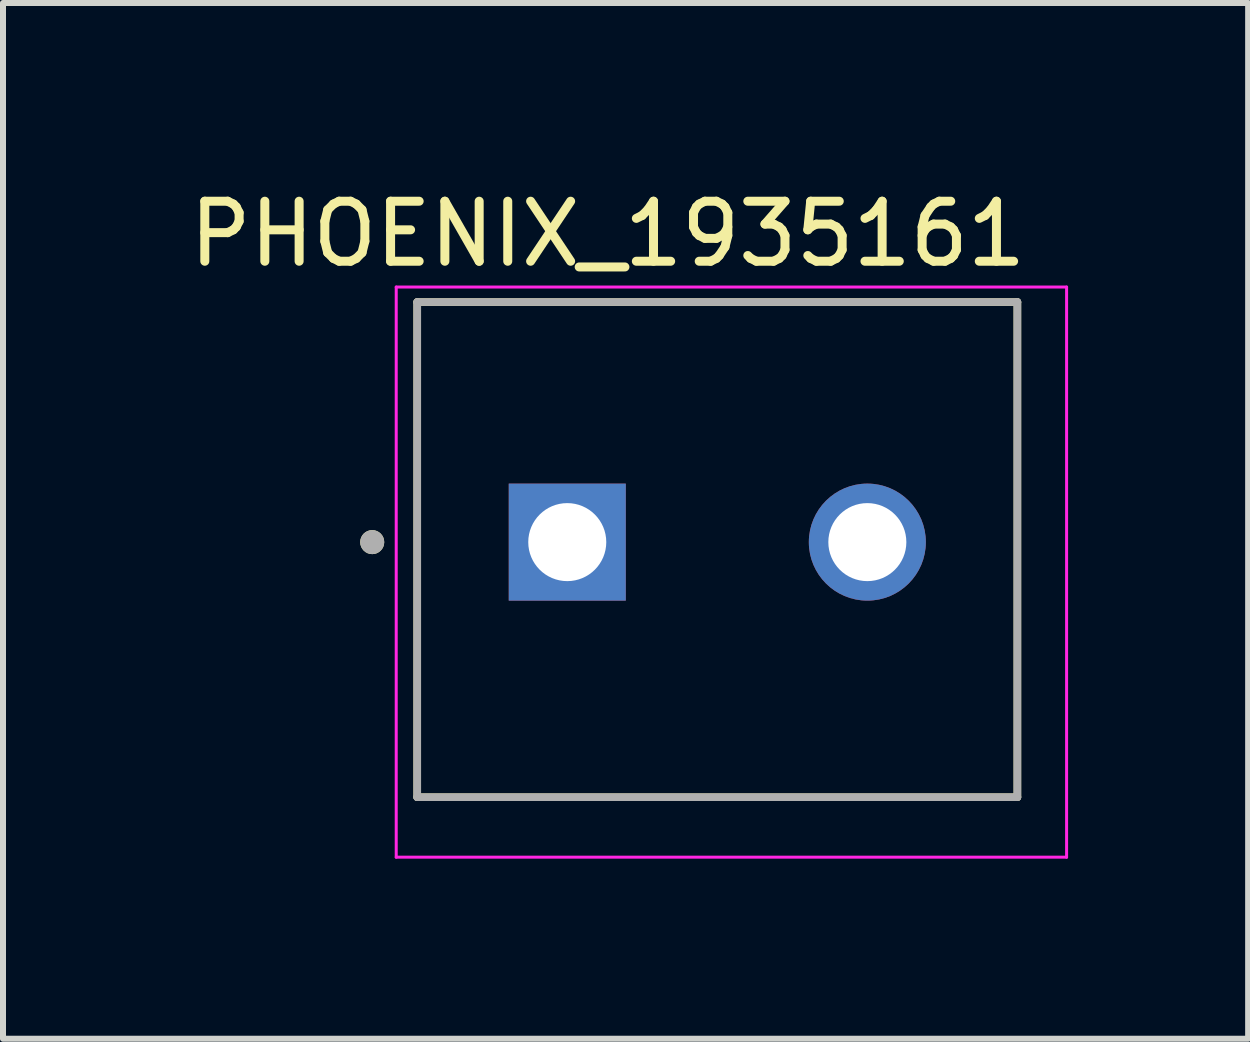
<source format=kicad_pcb>
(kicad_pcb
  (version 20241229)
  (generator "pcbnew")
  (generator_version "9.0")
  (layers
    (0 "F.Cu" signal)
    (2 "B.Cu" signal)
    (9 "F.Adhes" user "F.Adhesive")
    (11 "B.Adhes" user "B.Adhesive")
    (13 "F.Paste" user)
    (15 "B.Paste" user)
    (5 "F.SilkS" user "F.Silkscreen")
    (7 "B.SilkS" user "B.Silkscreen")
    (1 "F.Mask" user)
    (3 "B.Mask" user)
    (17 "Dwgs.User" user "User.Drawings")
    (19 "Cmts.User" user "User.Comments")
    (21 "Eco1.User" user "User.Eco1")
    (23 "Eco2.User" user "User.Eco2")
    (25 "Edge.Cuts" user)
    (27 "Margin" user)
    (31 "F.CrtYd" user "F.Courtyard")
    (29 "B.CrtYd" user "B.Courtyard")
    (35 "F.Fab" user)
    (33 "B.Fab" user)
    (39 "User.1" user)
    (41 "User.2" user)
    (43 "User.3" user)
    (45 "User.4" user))
  (footprint "PHOENIX_1935161"
    (layer "F.Cu")
    (at 3.902 10.233)
    (property "Reference" "PHOENIX_1935161" (at 3.175 -9.385 0) (layer "F.SilkS") (effects (font (size 1 1) (thickness 0.15))))
    (attr through_hole)
    (fp_line (start 0 -8.25) (end 10 -8.25) (stroke (width 0.127) (type solid)) (layer "F.SilkS"))
    (fp_line (start 0 0) (end 0 -8.25) (stroke (width 0.127) (type solid)) (layer "F.SilkS"))
    (fp_line (start 0 0) (end 10 0) (stroke (width 0.127) (type solid)) (layer "F.SilkS"))
    (fp_line (start 10 0) (end 10 -8.25) (stroke (width 0.127) (type solid)) (layer "F.SilkS"))
    (fp_circle (center -0.75 -4.25) (end -0.65 -4.25) (stroke (width 0.2) (type solid)) (fill no) (layer "F.SilkS"))
    (fp_line (start -0.35 -8.5) (end -0.35 1) (stroke (width 0.05) (type solid)) (layer "F.CrtYd"))
    (fp_line (start -0.35 1) (end 10.82 1) (stroke (width 0.05) (type solid)) (layer "F.CrtYd"))
    (fp_line (start 10.82 -8.5) (end -0.35 -8.5) (stroke (width 0.05) (type solid)) (layer "F.CrtYd"))
    (fp_line (start 10.82 1) (end 10.82 -8.5) (stroke (width 0.05) (type solid)) (layer "F.CrtYd"))
    (fp_line (start 0 -8.25) (end 10 -8.25) (stroke (width 0.127) (type solid)) (layer "F.Fab"))
    (fp_line (start 0 0) (end 0 -8.25) (stroke (width 0.127) (type solid)) (layer "F.Fab"))
    (fp_line (start 0 0) (end 10 0) (stroke (width 0.127) (type solid)) (layer "F.Fab"))
    (fp_line (start 10 0) (end 10 -8.25) (stroke (width 0.127) (type solid)) (layer "F.Fab"))
    (fp_circle (center -0.75 -4.25) (end -0.65 -4.25) (stroke (width 0.2) (type solid)) (fill no) (layer "F.Fab"))
    (pad "1" thru_hole rect (at 2.5 -4.25) (size 1.95 1.95) (drill 1.3) (layers "*.Cu" "*.Mask"))
    (pad "2" thru_hole circle (at 7.5 -4.25) (size 1.95 1.95) (drill 1.3) (layers "*.Cu" "*.Mask")))
  (gr_rect
    (start -3 -3)
    (end 17.747 14.258)
    (stroke (width 0.1) (type default))
    (fill no)
    (layer "Edge.Cuts")))
</source>
